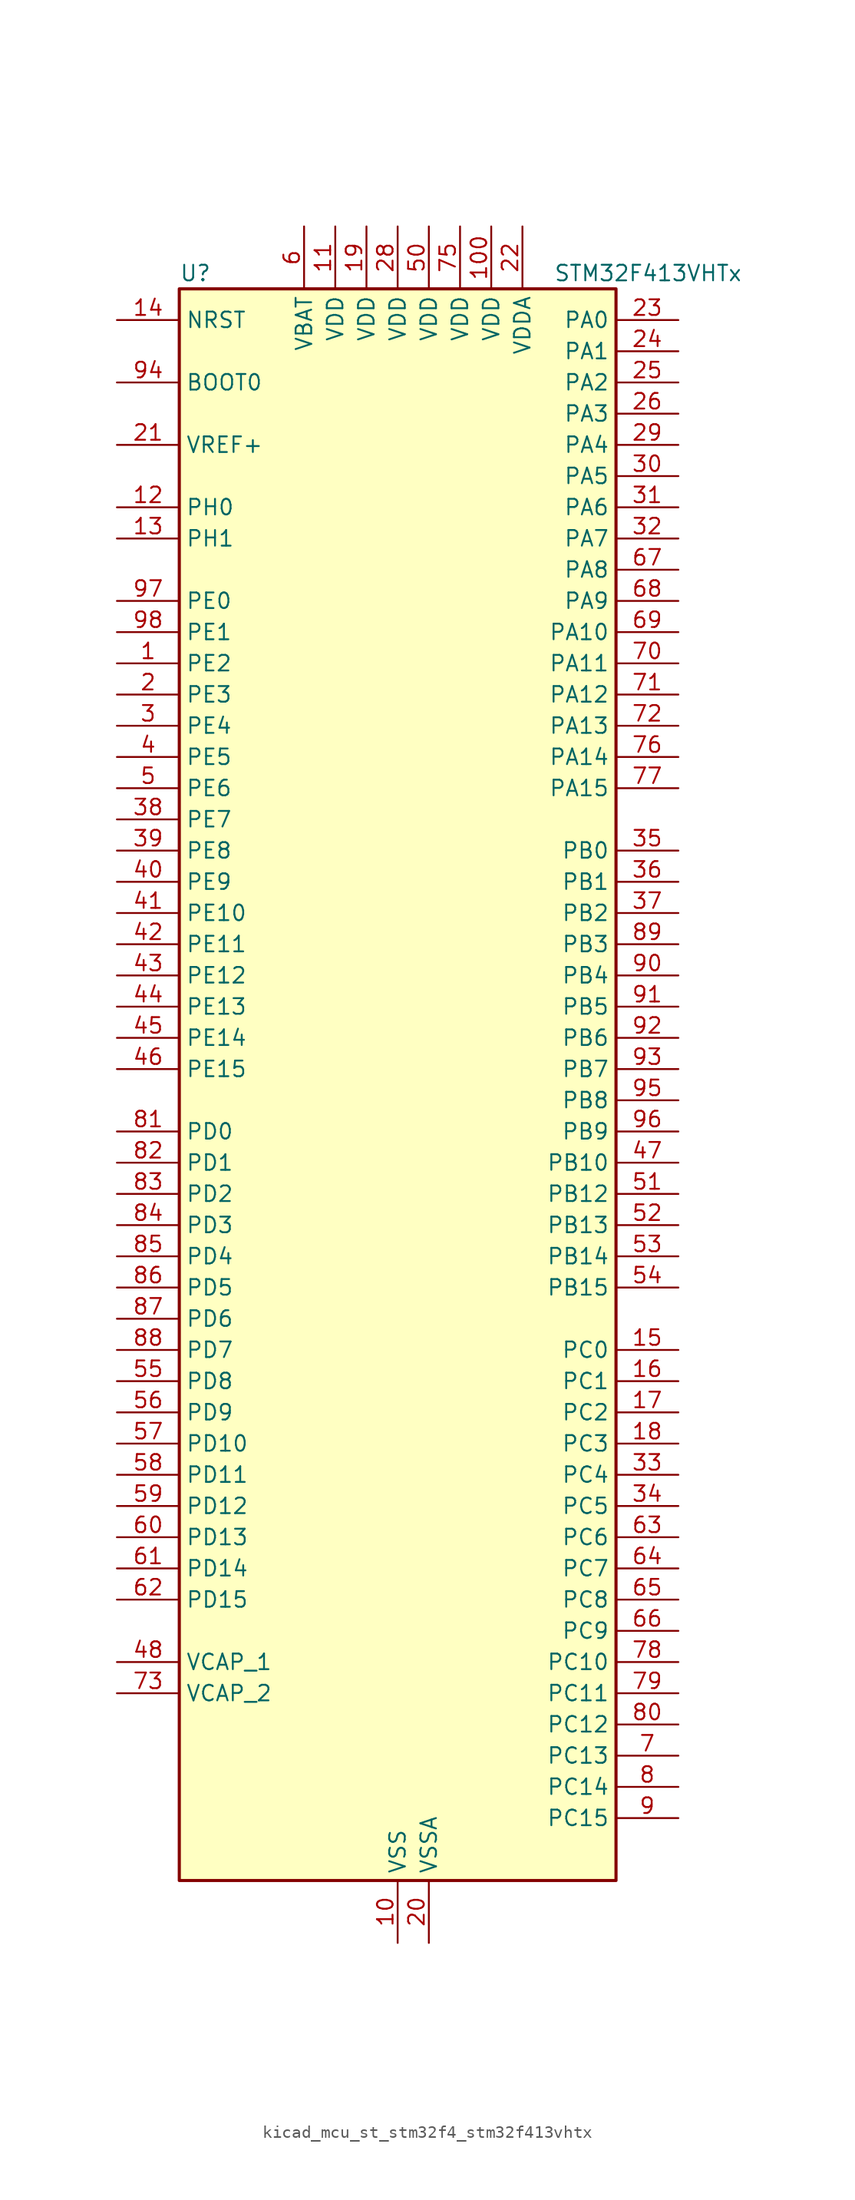
<source format=kicad_sym>
(kicad_symbol_lib
  (version 20220914)
  (generator kicad_symbol_editor)
  (symbol "kicad_mcu_st_stm32f4_stm32f413vhtx"
    (property "Reference" "U"
      (at -17.78 67.31 0)
      (effects (font (size 1.27 1.27)) (justify left)))
    (property "Value" "STM32F413VHTx"
      (at 12.7 67.31 0)
      (effects (font (size 1.27 1.27)) (justify left)))
    (property "ki_locked" ""
      (at 0 0 0)
      (effects (font (size 1.27 1.27))))
    (symbol "kicad_mcu_st_stm32f4_stm32f413vhtx_0_1"
      (rectangle (start -17.78 -63.5) (end 17.78 66.04) (stroke (width 0.254) (type default)) (fill (type background))))
    (symbol "kicad_mcu_st_stm32f4_stm32f413vhtx_1_1"
      (pin bidirectional line (at -22.86 35.56 0) (length 5.08) (name "PE2" (effects (font (size 1.27 1.27)))) (number "1" (effects (font (size 1.27 1.27)))) (alternate "FSMC_A23" bidirectional line) (alternate "I2S4_CK" bidirectional line) (alternate "I2S5_CK" bidirectional line) (alternate "QUADSPI_BK1_IO2" bidirectional line) (alternate "SAI1_MCLK_A" bidirectional line) (alternate "SPI4_SCK" bidirectional line) (alternate "SPI5_SCK" bidirectional line) (alternate "SYS_TRACECLK" bidirectional line) (alternate "UART10_RX" bidirectional line))
      (pin power_in line (at 0 -68.58 90) (length 5.08) (name "VSS" (effects (font (size 1.27 1.27)))) (number "10" (effects (font (size 1.27 1.27)))))
      (pin power_in line (at 7.62 71.12 270) (length 5.08) (name "VDD" (effects (font (size 1.27 1.27)))) (number "100" (effects (font (size 1.27 1.27)))))
      (pin power_in line (at -5.08 71.12 270) (length 5.08) (name "VDD" (effects (font (size 1.27 1.27)))) (number "11" (effects (font (size 1.27 1.27)))))
      (pin bidirectional line (at -22.86 48.26 0) (length 5.08) (name "PH0" (effects (font (size 1.27 1.27)))) (number "12" (effects (font (size 1.27 1.27)))) (alternate "RCC_OSC_IN" bidirectional line))
      (pin bidirectional line (at -22.86 45.72 0) (length 5.08) (name "PH1" (effects (font (size 1.27 1.27)))) (number "13" (effects (font (size 1.27 1.27)))) (alternate "RCC_OSC_OUT" bidirectional line))
      (pin input line (at -22.86 63.5 0) (length 5.08) (name "NRST" (effects (font (size 1.27 1.27)))) (number "14" (effects (font (size 1.27 1.27)))))
      (pin bidirectional line (at 22.86 -20.32 180) (length 5.08) (name "PC0" (effects (font (size 1.27 1.27)))) (number "15" (effects (font (size 1.27 1.27)))) (alternate "ADC1_IN10" bidirectional line) (alternate "DFSDM2_CKIN4" bidirectional line) (alternate "LPTIM1_IN1" bidirectional line) (alternate "SAI1_MCLK_B" bidirectional line) (alternate "SYS_WKUP2" bidirectional line))
      (pin bidirectional line (at 22.86 -22.86 180) (length 5.08) (name "PC1" (effects (font (size 1.27 1.27)))) (number "16" (effects (font (size 1.27 1.27)))) (alternate "ADC1_IN11" bidirectional line) (alternate "DFSDM2_DATIN4" bidirectional line) (alternate "LPTIM1_OUT" bidirectional line) (alternate "SAI1_SD_B" bidirectional line) (alternate "SYS_WKUP3" bidirectional line))
      (pin bidirectional line (at 22.86 -25.4 180) (length 5.08) (name "PC2" (effects (font (size 1.27 1.27)))) (number "17" (effects (font (size 1.27 1.27)))) (alternate "ADC1_IN12" bidirectional line) (alternate "DFSDM1_CKOUT" bidirectional line) (alternate "DFSDM2_DATIN7" bidirectional line) (alternate "FSMC_NWE" bidirectional line) (alternate "I2S2_ext_SD" bidirectional line) (alternate "LPTIM1_IN2" bidirectional line) (alternate "SAI1_SCK_B" bidirectional line) (alternate "SPI2_MISO" bidirectional line))
      (pin bidirectional line (at 22.86 -27.94 180) (length 5.08) (name "PC3" (effects (font (size 1.27 1.27)))) (number "18" (effects (font (size 1.27 1.27)))) (alternate "ADC1_IN13" bidirectional line) (alternate "DFSDM2_CKIN7" bidirectional line) (alternate "FSMC_A0" bidirectional line) (alternate "I2S2_SD" bidirectional line) (alternate "LPTIM1_ETR" bidirectional line) (alternate "SAI1_FS_B" bidirectional line) (alternate "SPI2_MOSI" bidirectional line))
      (pin power_in line (at -2.54 71.12 270) (length 5.08) (name "VDD" (effects (font (size 1.27 1.27)))) (number "19" (effects (font (size 1.27 1.27)))))
      (pin bidirectional line (at -22.86 33.02 0) (length 5.08) (name "PE3" (effects (font (size 1.27 1.27)))) (number "2" (effects (font (size 1.27 1.27)))) (alternate "FSMC_A19" bidirectional line) (alternate "SAI1_SD_B" bidirectional line) (alternate "SYS_TRACED0" bidirectional line) (alternate "UART10_TX" bidirectional line))
      (pin power_in line (at 2.54 -68.58 90) (length 5.08) (name "VSSA" (effects (font (size 1.27 1.27)))) (number "20" (effects (font (size 1.27 1.27)))))
      (pin input line (at -22.86 53.34 0) (length 5.08) (name "VREF+" (effects (font (size 1.27 1.27)))) (number "21" (effects (font (size 1.27 1.27)))))
      (pin power_in line (at 10.16 71.12 270) (length 5.08) (name "VDDA" (effects (font (size 1.27 1.27)))) (number "22" (effects (font (size 1.27 1.27)))))
      (pin bidirectional line (at 22.86 63.5 180) (length 5.08) (name "PA0" (effects (font (size 1.27 1.27)))) (number "23" (effects (font (size 1.27 1.27)))) (alternate "ADC1_IN0" bidirectional line) (alternate "SYS_WKUP1" bidirectional line) (alternate "TIM2_CH1" bidirectional line) (alternate "TIM2_ETR" bidirectional line) (alternate "TIM5_CH1" bidirectional line) (alternate "TIM8_ETR" bidirectional line) (alternate "UART4_TX" bidirectional line) (alternate "USART2_CTS" bidirectional line))
      (pin bidirectional line (at 22.86 60.96 180) (length 5.08) (name "PA1" (effects (font (size 1.27 1.27)))) (number "24" (effects (font (size 1.27 1.27)))) (alternate "ADC1_IN1" bidirectional line) (alternate "I2S4_SD" bidirectional line) (alternate "QUADSPI_BK1_IO3" bidirectional line) (alternate "SPI4_MOSI" bidirectional line) (alternate "TIM2_CH2" bidirectional line) (alternate "TIM5_CH2" bidirectional line) (alternate "UART4_RX" bidirectional line) (alternate "USART2_RTS" bidirectional line))
      (pin bidirectional line (at 22.86 58.42 180) (length 5.08) (name "PA2" (effects (font (size 1.27 1.27)))) (number "25" (effects (font (size 1.27 1.27)))) (alternate "ADC1_IN2" bidirectional line) (alternate "FSMC_D4" bidirectional line) (alternate "FSMC_DA4" bidirectional line) (alternate "I2S_CKIN" bidirectional line) (alternate "TIM2_CH3" bidirectional line) (alternate "TIM5_CH3" bidirectional line) (alternate "TIM9_CH1" bidirectional line) (alternate "USART2_TX" bidirectional line))
      (pin bidirectional line (at 22.86 55.88 180) (length 5.08) (name "PA3" (effects (font (size 1.27 1.27)))) (number "26" (effects (font (size 1.27 1.27)))) (alternate "ADC1_IN3" bidirectional line) (alternate "FSMC_D5" bidirectional line) (alternate "FSMC_DA5" bidirectional line) (alternate "I2S2_MCK" bidirectional line) (alternate "SAI1_SD_B" bidirectional line) (alternate "TIM2_CH4" bidirectional line) (alternate "TIM5_CH4" bidirectional line) (alternate "TIM9_CH2" bidirectional line) (alternate "USART2_RX" bidirectional line))
      (pin passive line (at 0 -68.58 90) (length 5.08) hide (name "VSS" (effects (font (size 1.27 1.27)))) (number "27" (effects (font (size 1.27 1.27)))))
      (pin power_in line (at 0 71.12 270) (length 5.08) (name "VDD" (effects (font (size 1.27 1.27)))) (number "28" (effects (font (size 1.27 1.27)))))
      (pin bidirectional line (at 22.86 53.34 180) (length 5.08) (name "PA4" (effects (font (size 1.27 1.27)))) (number "29" (effects (font (size 1.27 1.27)))) (alternate "ADC1_IN4" bidirectional line) (alternate "DAC_OUT1" bidirectional line) (alternate "DFSDM1_DATIN1" bidirectional line) (alternate "FSMC_D6" bidirectional line) (alternate "FSMC_DA6" bidirectional line) (alternate "I2S1_WS" bidirectional line) (alternate "I2S3_WS" bidirectional line) (alternate "SPI1_NSS" bidirectional line) (alternate "SPI3_NSS" bidirectional line) (alternate "USART2_CK" bidirectional line))
      (pin bidirectional line (at -22.86 30.48 0) (length 5.08) (name "PE4" (effects (font (size 1.27 1.27)))) (number "3" (effects (font (size 1.27 1.27)))) (alternate "DFSDM1_DATIN3" bidirectional line) (alternate "FSMC_A20" bidirectional line) (alternate "I2S4_WS" bidirectional line) (alternate "I2S5_WS" bidirectional line) (alternate "SAI1_SD_A" bidirectional line) (alternate "SPI4_NSS" bidirectional line) (alternate "SPI5_NSS" bidirectional line) (alternate "SYS_TRACED1" bidirectional line))
      (pin bidirectional line (at 22.86 50.8 180) (length 5.08) (name "PA5" (effects (font (size 1.27 1.27)))) (number "30" (effects (font (size 1.27 1.27)))) (alternate "ADC1_IN5" bidirectional line) (alternate "DAC_OUT2" bidirectional line) (alternate "DFSDM1_CKIN1" bidirectional line) (alternate "FSMC_D7" bidirectional line) (alternate "FSMC_DA7" bidirectional line) (alternate "I2S1_CK" bidirectional line) (alternate "SPI1_SCK" bidirectional line) (alternate "TIM2_CH1" bidirectional line) (alternate "TIM2_ETR" bidirectional line) (alternate "TIM8_CH1N" bidirectional line))
      (pin bidirectional line (at 22.86 48.26 180) (length 5.08) (name "PA6" (effects (font (size 1.27 1.27)))) (number "31" (effects (font (size 1.27 1.27)))) (alternate "ADC1_IN6" bidirectional line) (alternate "DFSDM2_CKIN1" bidirectional line) (alternate "I2S2_MCK" bidirectional line) (alternate "QUADSPI_BK2_IO0" bidirectional line) (alternate "SDIO_CMD" bidirectional line) (alternate "SPI1_MISO" bidirectional line) (alternate "TIM13_CH1" bidirectional line) (alternate "TIM1_BKIN" bidirectional line) (alternate "TIM3_CH1" bidirectional line) (alternate "TIM8_BKIN" bidirectional line))
      (pin bidirectional line (at 22.86 45.72 180) (length 5.08) (name "PA7" (effects (font (size 1.27 1.27)))) (number "32" (effects (font (size 1.27 1.27)))) (alternate "ADC1_IN7" bidirectional line) (alternate "DFSDM2_DATIN1" bidirectional line) (alternate "I2S1_SD" bidirectional line) (alternate "QUADSPI_BK2_IO1" bidirectional line) (alternate "SPI1_MOSI" bidirectional line) (alternate "TIM14_CH1" bidirectional line) (alternate "TIM1_CH1N" bidirectional line) (alternate "TIM3_CH2" bidirectional line) (alternate "TIM8_CH1N" bidirectional line))
      (pin bidirectional line (at 22.86 -30.48 180) (length 5.08) (name "PC4" (effects (font (size 1.27 1.27)))) (number "33" (effects (font (size 1.27 1.27)))) (alternate "ADC1_IN14" bidirectional line) (alternate "DFSDM2_CKIN2" bidirectional line) (alternate "FSMC_NE4" bidirectional line) (alternate "I2S1_MCK" bidirectional line) (alternate "QUADSPI_BK2_IO2" bidirectional line))
      (pin bidirectional line (at 22.86 -33.02 180) (length 5.08) (name "PC5" (effects (font (size 1.27 1.27)))) (number "34" (effects (font (size 1.27 1.27)))) (alternate "ADC1_IN15" bidirectional line) (alternate "DFSDM2_DATIN2" bidirectional line) (alternate "FMPI2C1_SMBA" bidirectional line) (alternate "FSMC_NOE" bidirectional line) (alternate "QUADSPI_BK2_IO3" bidirectional line) (alternate "USART3_RX" bidirectional line))
      (pin bidirectional line (at 22.86 20.32 180) (length 5.08) (name "PB0" (effects (font (size 1.27 1.27)))) (number "35" (effects (font (size 1.27 1.27)))) (alternate "ADC1_IN8" bidirectional line) (alternate "I2S5_CK" bidirectional line) (alternate "SPI5_SCK" bidirectional line) (alternate "TIM1_CH2N" bidirectional line) (alternate "TIM3_CH3" bidirectional line) (alternate "TIM8_CH2N" bidirectional line))
      (pin bidirectional line (at 22.86 17.78 180) (length 5.08) (name "PB1" (effects (font (size 1.27 1.27)))) (number "36" (effects (font (size 1.27 1.27)))) (alternate "ADC1_IN9" bidirectional line) (alternate "DFSDM1_DATIN0" bidirectional line) (alternate "I2S5_WS" bidirectional line) (alternate "QUADSPI_CLK" bidirectional line) (alternate "SPI5_NSS" bidirectional line) (alternate "TIM1_CH3N" bidirectional line) (alternate "TIM3_CH4" bidirectional line) (alternate "TIM8_CH3N" bidirectional line))
      (pin bidirectional line (at 22.86 15.24 180) (length 5.08) (name "PB2" (effects (font (size 1.27 1.27)))) (number "37" (effects (font (size 1.27 1.27)))) (alternate "DFSDM1_CKIN0" bidirectional line) (alternate "LPTIM1_OUT" bidirectional line) (alternate "QUADSPI_CLK" bidirectional line))
      (pin bidirectional line (at -22.86 22.86 0) (length 5.08) (name "PE7" (effects (font (size 1.27 1.27)))) (number "38" (effects (font (size 1.27 1.27)))) (alternate "DFSDM1_DATIN2" bidirectional line) (alternate "FSMC_D4" bidirectional line) (alternate "FSMC_DA4" bidirectional line) (alternate "QUADSPI_BK2_IO0" bidirectional line) (alternate "TIM1_ETR" bidirectional line) (alternate "UART7_RX" bidirectional line))
      (pin bidirectional line (at -22.86 20.32 0) (length 5.08) (name "PE8" (effects (font (size 1.27 1.27)))) (number "39" (effects (font (size 1.27 1.27)))) (alternate "DFSDM1_CKIN2" bidirectional line) (alternate "FSMC_D5" bidirectional line) (alternate "FSMC_DA5" bidirectional line) (alternate "QUADSPI_BK2_IO1" bidirectional line) (alternate "TIM1_CH1N" bidirectional line) (alternate "UART7_TX" bidirectional line))
      (pin bidirectional line (at -22.86 27.94 0) (length 5.08) (name "PE5" (effects (font (size 1.27 1.27)))) (number "4" (effects (font (size 1.27 1.27)))) (alternate "DFSDM1_CKIN3" bidirectional line) (alternate "FSMC_A21" bidirectional line) (alternate "SAI1_SCK_A" bidirectional line) (alternate "SPI4_MISO" bidirectional line) (alternate "SPI5_MISO" bidirectional line) (alternate "SYS_TRACED2" bidirectional line) (alternate "TIM9_CH1" bidirectional line))
      (pin bidirectional line (at -22.86 17.78 0) (length 5.08) (name "PE9" (effects (font (size 1.27 1.27)))) (number "40" (effects (font (size 1.27 1.27)))) (alternate "DAC_EXTI9" bidirectional line) (alternate "DFSDM1_CKOUT" bidirectional line) (alternate "FSMC_D6" bidirectional line) (alternate "FSMC_DA6" bidirectional line) (alternate "QUADSPI_BK2_IO2" bidirectional line) (alternate "TIM1_CH1" bidirectional line))
      (pin bidirectional line (at -22.86 15.24 0) (length 5.08) (name "PE10" (effects (font (size 1.27 1.27)))) (number "41" (effects (font (size 1.27 1.27)))) (alternate "DFSDM2_DATIN0" bidirectional line) (alternate "FSMC_D7" bidirectional line) (alternate "FSMC_DA7" bidirectional line) (alternate "QUADSPI_BK2_IO3" bidirectional line) (alternate "TIM1_CH2N" bidirectional line))
      (pin bidirectional line (at -22.86 12.7 0) (length 5.08) (name "PE11" (effects (font (size 1.27 1.27)))) (number "42" (effects (font (size 1.27 1.27)))) (alternate "ADC1_EXTI11" bidirectional line) (alternate "DFSDM2_CKIN0" bidirectional line) (alternate "FSMC_D8" bidirectional line) (alternate "FSMC_DA8" bidirectional line) (alternate "I2S4_WS" bidirectional line) (alternate "I2S5_WS" bidirectional line) (alternate "SPI4_NSS" bidirectional line) (alternate "SPI5_NSS" bidirectional line) (alternate "TIM1_CH2" bidirectional line))
      (pin bidirectional line (at -22.86 10.16 0) (length 5.08) (name "PE12" (effects (font (size 1.27 1.27)))) (number "43" (effects (font (size 1.27 1.27)))) (alternate "DFSDM2_DATIN7" bidirectional line) (alternate "FSMC_D9" bidirectional line) (alternate "FSMC_DA9" bidirectional line) (alternate "I2S4_CK" bidirectional line) (alternate "I2S5_CK" bidirectional line) (alternate "SPI4_SCK" bidirectional line) (alternate "SPI5_SCK" bidirectional line) (alternate "TIM1_CH3N" bidirectional line))
      (pin bidirectional line (at -22.86 7.62 0) (length 5.08) (name "PE13" (effects (font (size 1.27 1.27)))) (number "44" (effects (font (size 1.27 1.27)))) (alternate "DFSDM2_CKIN7" bidirectional line) (alternate "FSMC_D10" bidirectional line) (alternate "FSMC_DA10" bidirectional line) (alternate "SPI4_MISO" bidirectional line) (alternate "SPI5_MISO" bidirectional line) (alternate "TIM1_CH3" bidirectional line))
      (pin bidirectional line (at -22.86 5.08 0) (length 5.08) (name "PE14" (effects (font (size 1.27 1.27)))) (number "45" (effects (font (size 1.27 1.27)))) (alternate "DFSDM2_DATIN1" bidirectional line) (alternate "FSMC_D11" bidirectional line) (alternate "FSMC_DA11" bidirectional line) (alternate "I2S4_SD" bidirectional line) (alternate "I2S5_SD" bidirectional line) (alternate "SPI4_MOSI" bidirectional line) (alternate "SPI5_MOSI" bidirectional line) (alternate "TIM1_CH4" bidirectional line))
      (pin bidirectional line (at -22.86 2.54 0) (length 5.08) (name "PE15" (effects (font (size 1.27 1.27)))) (number "46" (effects (font (size 1.27 1.27)))) (alternate "ADC1_EXTI15" bidirectional line) (alternate "DFSDM2_CKIN1" bidirectional line) (alternate "FSMC_D12" bidirectional line) (alternate "FSMC_DA12" bidirectional line) (alternate "TIM1_BKIN" bidirectional line))
      (pin bidirectional line (at 22.86 -5.08 180) (length 5.08) (name "PB10" (effects (font (size 1.27 1.27)))) (number "47" (effects (font (size 1.27 1.27)))) (alternate "DFSDM2_CKOUT" bidirectional line) (alternate "FMPI2C1_SCL" bidirectional line) (alternate "I2C2_SCL" bidirectional line) (alternate "I2S2_CK" bidirectional line) (alternate "I2S3_MCK" bidirectional line) (alternate "SDIO_D7" bidirectional line) (alternate "SPI2_SCK" bidirectional line) (alternate "TIM2_CH3" bidirectional line) (alternate "USART3_TX" bidirectional line))
      (pin power_out line (at -22.86 -45.72 0) (length 5.08) (name "VCAP_1" (effects (font (size 1.27 1.27)))) (number "48" (effects (font (size 1.27 1.27)))))
      (pin passive line (at 0 -68.58 90) (length 5.08) hide (name "VSS" (effects (font (size 1.27 1.27)))) (number "49" (effects (font (size 1.27 1.27)))))
      (pin bidirectional line (at -22.86 25.4 0) (length 5.08) (name "PE6" (effects (font (size 1.27 1.27)))) (number "5" (effects (font (size 1.27 1.27)))) (alternate "FSMC_A22" bidirectional line) (alternate "I2S4_SD" bidirectional line) (alternate "I2S5_SD" bidirectional line) (alternate "SAI1_FS_A" bidirectional line) (alternate "SPI4_MOSI" bidirectional line) (alternate "SPI5_MOSI" bidirectional line) (alternate "SYS_TRACED3" bidirectional line) (alternate "TIM9_CH2" bidirectional line))
      (pin power_in line (at 2.54 71.12 270) (length 5.08) (name "VDD" (effects (font (size 1.27 1.27)))) (number "50" (effects (font (size 1.27 1.27)))))
      (pin bidirectional line (at 22.86 -7.62 180) (length 5.08) (name "PB12" (effects (font (size 1.27 1.27)))) (number "51" (effects (font (size 1.27 1.27)))) (alternate "CAN2_RX" bidirectional line) (alternate "DFSDM1_DATIN1" bidirectional line) (alternate "FSMC_D13" bidirectional line) (alternate "FSMC_DA13" bidirectional line) (alternate "I2C2_SMBA" bidirectional line) (alternate "I2S2_WS" bidirectional line) (alternate "I2S3_CK" bidirectional line) (alternate "I2S4_WS" bidirectional line) (alternate "SPI2_NSS" bidirectional line) (alternate "SPI3_SCK" bidirectional line) (alternate "SPI4_NSS" bidirectional line) (alternate "TIM1_BKIN" bidirectional line) (alternate "UART5_RX" bidirectional line) (alternate "USART3_CK" bidirectional line))
      (pin bidirectional line (at 22.86 -10.16 180) (length 5.08) (name "PB13" (effects (font (size 1.27 1.27)))) (number "52" (effects (font (size 1.27 1.27)))) (alternate "CAN2_TX" bidirectional line) (alternate "DFSDM1_CKIN1" bidirectional line) (alternate "FMPI2C1_SMBA" bidirectional line) (alternate "I2S2_CK" bidirectional line) (alternate "I2S4_CK" bidirectional line) (alternate "SPI2_SCK" bidirectional line) (alternate "SPI4_SCK" bidirectional line) (alternate "TIM1_CH1N" bidirectional line) (alternate "UART5_TX" bidirectional line) (alternate "USART3_CTS" bidirectional line))
      (pin bidirectional line (at 22.86 -12.7 180) (length 5.08) (name "PB14" (effects (font (size 1.27 1.27)))) (number "53" (effects (font (size 1.27 1.27)))) (alternate "DFSDM1_DATIN2" bidirectional line) (alternate "FMPI2C1_SDA" bidirectional line) (alternate "FSMC_D0" bidirectional line) (alternate "FSMC_DA0" bidirectional line) (alternate "I2S2_ext_SD" bidirectional line) (alternate "SDIO_D6" bidirectional line) (alternate "SPI2_MISO" bidirectional line) (alternate "TIM12_CH1" bidirectional line) (alternate "TIM1_CH2N" bidirectional line) (alternate "TIM8_CH2N" bidirectional line) (alternate "USART3_RTS" bidirectional line))
      (pin bidirectional line (at 22.86 -15.24 180) (length 5.08) (name "PB15" (effects (font (size 1.27 1.27)))) (number "54" (effects (font (size 1.27 1.27)))) (alternate "ADC1_EXTI15" bidirectional line) (alternate "DFSDM1_CKIN2" bidirectional line) (alternate "FMPI2C1_SCL" bidirectional line) (alternate "I2S2_SD" bidirectional line) (alternate "RTC_REFIN" bidirectional line) (alternate "SDIO_CK" bidirectional line) (alternate "SPI2_MOSI" bidirectional line) (alternate "TIM12_CH2" bidirectional line) (alternate "TIM1_CH3N" bidirectional line) (alternate "TIM8_CH3N" bidirectional line))
      (pin bidirectional line (at -22.86 -22.86 0) (length 5.08) (name "PD8" (effects (font (size 1.27 1.27)))) (number "55" (effects (font (size 1.27 1.27)))) (alternate "FSMC_D13" bidirectional line) (alternate "FSMC_DA13" bidirectional line) (alternate "USART3_TX" bidirectional line))
      (pin bidirectional line (at -22.86 -25.4 0) (length 5.08) (name "PD9" (effects (font (size 1.27 1.27)))) (number "56" (effects (font (size 1.27 1.27)))) (alternate "DAC_EXTI9" bidirectional line) (alternate "FSMC_D14" bidirectional line) (alternate "FSMC_DA14" bidirectional line) (alternate "USART3_RX" bidirectional line))
      (pin bidirectional line (at -22.86 -27.94 0) (length 5.08) (name "PD10" (effects (font (size 1.27 1.27)))) (number "57" (effects (font (size 1.27 1.27)))) (alternate "FSMC_D15" bidirectional line) (alternate "FSMC_DA15" bidirectional line) (alternate "UART4_TX" bidirectional line) (alternate "USART3_CK" bidirectional line))
      (pin bidirectional line (at -22.86 -30.48 0) (length 5.08) (name "PD11" (effects (font (size 1.27 1.27)))) (number "58" (effects (font (size 1.27 1.27)))) (alternate "ADC1_EXTI11" bidirectional line) (alternate "DFSDM2_DATIN2" bidirectional line) (alternate "FMPI2C1_SMBA" bidirectional line) (alternate "FSMC_A16" bidirectional line) (alternate "QUADSPI_BK1_IO0" bidirectional line) (alternate "USART3_CTS" bidirectional line))
      (pin bidirectional line (at -22.86 -33.02 0) (length 5.08) (name "PD12" (effects (font (size 1.27 1.27)))) (number "59" (effects (font (size 1.27 1.27)))) (alternate "DFSDM2_CKIN2" bidirectional line) (alternate "FMPI2C1_SCL" bidirectional line) (alternate "FSMC_A17" bidirectional line) (alternate "QUADSPI_BK1_IO1" bidirectional line) (alternate "TIM4_CH1" bidirectional line) (alternate "USART3_RTS" bidirectional line))
      (pin power_in line (at -7.62 71.12 270) (length 5.08) (name "VBAT" (effects (font (size 1.27 1.27)))) (number "6" (effects (font (size 1.27 1.27)))))
      (pin bidirectional line (at -22.86 -35.56 0) (length 5.08) (name "PD13" (effects (font (size 1.27 1.27)))) (number "60" (effects (font (size 1.27 1.27)))) (alternate "FMPI2C1_SDA" bidirectional line) (alternate "FSMC_A18" bidirectional line) (alternate "QUADSPI_BK1_IO3" bidirectional line) (alternate "TIM4_CH2" bidirectional line))
      (pin bidirectional line (at -22.86 -38.1 0) (length 5.08) (name "PD14" (effects (font (size 1.27 1.27)))) (number "61" (effects (font (size 1.27 1.27)))) (alternate "DFSDM2_CKIN0" bidirectional line) (alternate "FMPI2C1_SCL" bidirectional line) (alternate "FSMC_D0" bidirectional line) (alternate "FSMC_DA0" bidirectional line) (alternate "TIM4_CH3" bidirectional line) (alternate "UART9_RX" bidirectional line))
      (pin bidirectional line (at -22.86 -40.64 0) (length 5.08) (name "PD15" (effects (font (size 1.27 1.27)))) (number "62" (effects (font (size 1.27 1.27)))) (alternate "ADC1_EXTI15" bidirectional line) (alternate "DFSDM2_DATIN0" bidirectional line) (alternate "FMPI2C1_SDA" bidirectional line) (alternate "FSMC_D1" bidirectional line) (alternate "FSMC_DA1" bidirectional line) (alternate "TIM4_CH4" bidirectional line) (alternate "UART9_TX" bidirectional line))
      (pin bidirectional line (at 22.86 -35.56 180) (length 5.08) (name "PC6" (effects (font (size 1.27 1.27)))) (number "63" (effects (font (size 1.27 1.27)))) (alternate "DFSDM1_CKIN3" bidirectional line) (alternate "DFSDM2_DATIN6" bidirectional line) (alternate "FMPI2C1_SCL" bidirectional line) (alternate "FSMC_D1" bidirectional line) (alternate "FSMC_DA1" bidirectional line) (alternate "I2S2_MCK" bidirectional line) (alternate "SDIO_D6" bidirectional line) (alternate "TIM3_CH1" bidirectional line) (alternate "TIM8_CH1" bidirectional line) (alternate "USART6_TX" bidirectional line))
      (pin bidirectional line (at 22.86 -38.1 180) (length 5.08) (name "PC7" (effects (font (size 1.27 1.27)))) (number "64" (effects (font (size 1.27 1.27)))) (alternate "DFSDM1_DATIN3" bidirectional line) (alternate "DFSDM2_CKIN6" bidirectional line) (alternate "FMPI2C1_SDA" bidirectional line) (alternate "I2S2_CK" bidirectional line) (alternate "I2S3_MCK" bidirectional line) (alternate "SDIO_D7" bidirectional line) (alternate "SPI2_SCK" bidirectional line) (alternate "TIM3_CH2" bidirectional line) (alternate "TIM8_CH2" bidirectional line) (alternate "USART6_RX" bidirectional line))
      (pin bidirectional line (at 22.86 -40.64 180) (length 5.08) (name "PC8" (effects (font (size 1.27 1.27)))) (number "65" (effects (font (size 1.27 1.27)))) (alternate "DFSDM2_CKIN3" bidirectional line) (alternate "QUADSPI_BK1_IO2" bidirectional line) (alternate "SDIO_D0" bidirectional line) (alternate "TIM3_CH3" bidirectional line) (alternate "TIM8_CH3" bidirectional line) (alternate "USART6_CK" bidirectional line))
      (pin bidirectional line (at 22.86 -43.18 180) (length 5.08) (name "PC9" (effects (font (size 1.27 1.27)))) (number "66" (effects (font (size 1.27 1.27)))) (alternate "DAC_EXTI9" bidirectional line) (alternate "DFSDM2_DATIN3" bidirectional line) (alternate "I2C3_SDA" bidirectional line) (alternate "I2S_CKIN" bidirectional line) (alternate "QUADSPI_BK1_IO0" bidirectional line) (alternate "RCC_MCO_2" bidirectional line) (alternate "SDIO_D1" bidirectional line) (alternate "TIM3_CH4" bidirectional line) (alternate "TIM8_CH4" bidirectional line))
      (pin bidirectional line (at 22.86 43.18 180) (length 5.08) (name "PA8" (effects (font (size 1.27 1.27)))) (number "67" (effects (font (size 1.27 1.27)))) (alternate "CAN3_RX" bidirectional line) (alternate "DFSDM1_CKOUT" bidirectional line) (alternate "I2C3_SCL" bidirectional line) (alternate "RCC_MCO_1" bidirectional line) (alternate "SDIO_D1" bidirectional line) (alternate "TIM1_CH1" bidirectional line) (alternate "UART7_RX" bidirectional line) (alternate "USART1_CK" bidirectional line) (alternate "USB_OTG_FS_SOF" bidirectional line))
      (pin bidirectional line (at 22.86 40.64 180) (length 5.08) (name "PA9" (effects (font (size 1.27 1.27)))) (number "68" (effects (font (size 1.27 1.27)))) (alternate "DAC_EXTI9" bidirectional line) (alternate "DFSDM2_CKIN3" bidirectional line) (alternate "I2C3_SMBA" bidirectional line) (alternate "I2S2_CK" bidirectional line) (alternate "SDIO_D2" bidirectional line) (alternate "SPI2_SCK" bidirectional line) (alternate "TIM1_CH2" bidirectional line) (alternate "USART1_TX" bidirectional line) (alternate "USB_OTG_FS_VBUS" bidirectional line))
      (pin bidirectional line (at 22.86 38.1 180) (length 5.08) (name "PA10" (effects (font (size 1.27 1.27)))) (number "69" (effects (font (size 1.27 1.27)))) (alternate "DFSDM2_DATIN3" bidirectional line) (alternate "I2S2_SD" bidirectional line) (alternate "I2S5_SD" bidirectional line) (alternate "SPI2_MOSI" bidirectional line) (alternate "SPI5_MOSI" bidirectional line) (alternate "TIM1_CH3" bidirectional line) (alternate "USART1_RX" bidirectional line) (alternate "USB_OTG_FS_ID" bidirectional line))
      (pin bidirectional line (at 22.86 -53.34 180) (length 5.08) (name "PC13" (effects (font (size 1.27 1.27)))) (number "7" (effects (font (size 1.27 1.27)))) (alternate "RTC_AF1" bidirectional line))
      (pin bidirectional line (at 22.86 35.56 180) (length 5.08) (name "PA11" (effects (font (size 1.27 1.27)))) (number "70" (effects (font (size 1.27 1.27)))) (alternate "ADC1_EXTI11" bidirectional line) (alternate "CAN1_RX" bidirectional line) (alternate "DFSDM2_CKIN5" bidirectional line) (alternate "I2S2_WS" bidirectional line) (alternate "SPI2_NSS" bidirectional line) (alternate "SPI4_MISO" bidirectional line) (alternate "TIM1_CH4" bidirectional line) (alternate "UART4_RX" bidirectional line) (alternate "USART1_CTS" bidirectional line) (alternate "USART6_TX" bidirectional line) (alternate "USB_OTG_FS_DM" bidirectional line))
      (pin bidirectional line (at 22.86 33.02 180) (length 5.08) (name "PA12" (effects (font (size 1.27 1.27)))) (number "71" (effects (font (size 1.27 1.27)))) (alternate "CAN1_TX" bidirectional line) (alternate "DFSDM2_DATIN5" bidirectional line) (alternate "SPI2_MISO" bidirectional line) (alternate "SPI5_MISO" bidirectional line) (alternate "TIM1_ETR" bidirectional line) (alternate "UART4_TX" bidirectional line) (alternate "USART1_RTS" bidirectional line) (alternate "USART6_RX" bidirectional line) (alternate "USB_OTG_FS_DP" bidirectional line))
      (pin bidirectional line (at 22.86 30.48 180) (length 5.08) (name "PA13" (effects (font (size 1.27 1.27)))) (number "72" (effects (font (size 1.27 1.27)))) (alternate "SYS_JTMS-SWDIO" bidirectional line))
      (pin power_out line (at -22.86 -48.26 0) (length 5.08) (name "VCAP_2" (effects (font (size 1.27 1.27)))) (number "73" (effects (font (size 1.27 1.27)))))
      (pin passive line (at 0 -68.58 90) (length 5.08) hide (name "VSS" (effects (font (size 1.27 1.27)))) (number "74" (effects (font (size 1.27 1.27)))))
      (pin power_in line (at 5.08 71.12 270) (length 5.08) (name "VDD" (effects (font (size 1.27 1.27)))) (number "75" (effects (font (size 1.27 1.27)))))
      (pin bidirectional line (at 22.86 27.94 180) (length 5.08) (name "PA14" (effects (font (size 1.27 1.27)))) (number "76" (effects (font (size 1.27 1.27)))) (alternate "SYS_JTCK-SWCLK" bidirectional line))
      (pin bidirectional line (at 22.86 25.4 180) (length 5.08) (name "PA15" (effects (font (size 1.27 1.27)))) (number "77" (effects (font (size 1.27 1.27)))) (alternate "ADC1_EXTI15" bidirectional line) (alternate "CAN3_TX" bidirectional line) (alternate "I2S1_WS" bidirectional line) (alternate "I2S3_WS" bidirectional line) (alternate "SAI1_MCLK_A" bidirectional line) (alternate "SPI1_NSS" bidirectional line) (alternate "SPI3_NSS" bidirectional line) (alternate "SYS_JTDI" bidirectional line) (alternate "TIM2_CH1" bidirectional line) (alternate "TIM2_ETR" bidirectional line) (alternate "UART7_TX" bidirectional line) (alternate "USART1_TX" bidirectional line))
      (pin bidirectional line (at 22.86 -45.72 180) (length 5.08) (name "PC10" (effects (font (size 1.27 1.27)))) (number "78" (effects (font (size 1.27 1.27)))) (alternate "DFSDM2_CKIN5" bidirectional line) (alternate "I2S3_CK" bidirectional line) (alternate "QUADSPI_BK1_IO1" bidirectional line) (alternate "SDIO_D2" bidirectional line) (alternate "SPI3_SCK" bidirectional line) (alternate "USART3_TX" bidirectional line))
      (pin bidirectional line (at 22.86 -48.26 180) (length 5.08) (name "PC11" (effects (font (size 1.27 1.27)))) (number "79" (effects (font (size 1.27 1.27)))) (alternate "ADC1_EXTI11" bidirectional line) (alternate "DFSDM2_DATIN5" bidirectional line) (alternate "FSMC_D2" bidirectional line) (alternate "FSMC_DA2" bidirectional line) (alternate "I2S3_ext_SD" bidirectional line) (alternate "QUADSPI_BK2_NCS" bidirectional line) (alternate "SDIO_D3" bidirectional line) (alternate "SPI3_MISO" bidirectional line) (alternate "UART4_RX" bidirectional line) (alternate "USART3_RX" bidirectional line))
      (pin bidirectional line (at 22.86 -55.88 180) (length 5.08) (name "PC14" (effects (font (size 1.27 1.27)))) (number "8" (effects (font (size 1.27 1.27)))) (alternate "RCC_OSC32_IN" bidirectional line))
      (pin bidirectional line (at 22.86 -50.8 180) (length 5.08) (name "PC12" (effects (font (size 1.27 1.27)))) (number "80" (effects (font (size 1.27 1.27)))) (alternate "FSMC_D3" bidirectional line) (alternate "FSMC_DA3" bidirectional line) (alternate "I2S3_SD" bidirectional line) (alternate "SDIO_CK" bidirectional line) (alternate "SPI3_MOSI" bidirectional line) (alternate "UART5_TX" bidirectional line) (alternate "USART3_CK" bidirectional line))
      (pin bidirectional line (at -22.86 -2.54 0) (length 5.08) (name "PD0" (effects (font (size 1.27 1.27)))) (number "81" (effects (font (size 1.27 1.27)))) (alternate "CAN1_RX" bidirectional line) (alternate "DFSDM2_CKIN6" bidirectional line) (alternate "FSMC_D2" bidirectional line) (alternate "FSMC_DA2" bidirectional line) (alternate "UART4_RX" bidirectional line))
      (pin bidirectional line (at -22.86 -5.08 0) (length 5.08) (name "PD1" (effects (font (size 1.27 1.27)))) (number "82" (effects (font (size 1.27 1.27)))) (alternate "CAN1_TX" bidirectional line) (alternate "DFSDM2_DATIN6" bidirectional line) (alternate "FSMC_D3" bidirectional line) (alternate "FSMC_DA3" bidirectional line) (alternate "UART4_TX" bidirectional line))
      (pin bidirectional line (at -22.86 -7.62 0) (length 5.08) (name "PD2" (effects (font (size 1.27 1.27)))) (number "83" (effects (font (size 1.27 1.27)))) (alternate "DFSDM2_CKOUT" bidirectional line) (alternate "FSMC_NWE" bidirectional line) (alternate "SDIO_CMD" bidirectional line) (alternate "TIM3_ETR" bidirectional line) (alternate "UART5_RX" bidirectional line))
      (pin bidirectional line (at -22.86 -10.16 0) (length 5.08) (name "PD3" (effects (font (size 1.27 1.27)))) (number "84" (effects (font (size 1.27 1.27)))) (alternate "DFSDM1_DATIN0" bidirectional line) (alternate "FSMC_CLK" bidirectional line) (alternate "I2S2_CK" bidirectional line) (alternate "QUADSPI_CLK" bidirectional line) (alternate "SPI2_SCK" bidirectional line) (alternate "SYS_TRACED1" bidirectional line) (alternate "USART2_CTS" bidirectional line))
      (pin bidirectional line (at -22.86 -12.7 0) (length 5.08) (name "PD4" (effects (font (size 1.27 1.27)))) (number "85" (effects (font (size 1.27 1.27)))) (alternate "DFSDM1_CKIN0" bidirectional line) (alternate "FSMC_NOE" bidirectional line) (alternate "USART2_RTS" bidirectional line))
      (pin bidirectional line (at -22.86 -15.24 0) (length 5.08) (name "PD5" (effects (font (size 1.27 1.27)))) (number "86" (effects (font (size 1.27 1.27)))) (alternate "DFSDM2_CKOUT" bidirectional line) (alternate "FSMC_NWE" bidirectional line) (alternate "USART2_TX" bidirectional line))
      (pin bidirectional line (at -22.86 -17.78 0) (length 5.08) (name "PD6" (effects (font (size 1.27 1.27)))) (number "87" (effects (font (size 1.27 1.27)))) (alternate "DFSDM1_DATIN1" bidirectional line) (alternate "FSMC_NWAIT" bidirectional line) (alternate "I2S3_SD" bidirectional line) (alternate "SPI3_MOSI" bidirectional line) (alternate "USART2_RX" bidirectional line))
      (pin bidirectional line (at -22.86 -20.32 0) (length 5.08) (name "PD7" (effects (font (size 1.27 1.27)))) (number "88" (effects (font (size 1.27 1.27)))) (alternate "DFSDM1_CKIN1" bidirectional line) (alternate "FSMC_NE1" bidirectional line) (alternate "USART2_CK" bidirectional line))
      (pin bidirectional line (at 22.86 12.7 180) (length 5.08) (name "PB3" (effects (font (size 1.27 1.27)))) (number "89" (effects (font (size 1.27 1.27)))) (alternate "CAN3_RX" bidirectional line) (alternate "FMPI2C1_SDA" bidirectional line) (alternate "I2C2_SDA" bidirectional line) (alternate "I2S1_CK" bidirectional line) (alternate "I2S3_CK" bidirectional line) (alternate "SAI1_SD_A" bidirectional line) (alternate "SPI1_SCK" bidirectional line) (alternate "SPI3_SCK" bidirectional line) (alternate "SYS_JTDO-SWO" bidirectional line) (alternate "TIM2_CH2" bidirectional line) (alternate "UART7_RX" bidirectional line) (alternate "USART1_RX" bidirectional line))
      (pin bidirectional line (at 22.86 -58.42 180) (length 5.08) (name "PC15" (effects (font (size 1.27 1.27)))) (number "9" (effects (font (size 1.27 1.27)))) (alternate "ADC1_EXTI15" bidirectional line) (alternate "RCC_OSC32_OUT" bidirectional line))
      (pin bidirectional line (at 22.86 10.16 180) (length 5.08) (name "PB4" (effects (font (size 1.27 1.27)))) (number "90" (effects (font (size 1.27 1.27)))) (alternate "CAN3_TX" bidirectional line) (alternate "I2C3_SDA" bidirectional line) (alternate "I2S3_ext_SD" bidirectional line) (alternate "SAI1_SCK_A" bidirectional line) (alternate "SDIO_D0" bidirectional line) (alternate "SPI1_MISO" bidirectional line) (alternate "SPI3_MISO" bidirectional line) (alternate "SYS_JTRST" bidirectional line) (alternate "TIM3_CH1" bidirectional line) (alternate "UART7_TX" bidirectional line))
      (pin bidirectional line (at 22.86 7.62 180) (length 5.08) (name "PB5" (effects (font (size 1.27 1.27)))) (number "91" (effects (font (size 1.27 1.27)))) (alternate "CAN2_RX" bidirectional line) (alternate "I2C1_SMBA" bidirectional line) (alternate "I2S1_SD" bidirectional line) (alternate "I2S3_SD" bidirectional line) (alternate "LPTIM1_IN1" bidirectional line) (alternate "SAI1_FS_A" bidirectional line) (alternate "SDIO_D3" bidirectional line) (alternate "SPI1_MOSI" bidirectional line) (alternate "SPI3_MOSI" bidirectional line) (alternate "TIM3_CH2" bidirectional line) (alternate "UART5_RX" bidirectional line))
      (pin bidirectional line (at 22.86 5.08 180) (length 5.08) (name "PB6" (effects (font (size 1.27 1.27)))) (number "92" (effects (font (size 1.27 1.27)))) (alternate "CAN2_TX" bidirectional line) (alternate "DFSDM2_CKIN7" bidirectional line) (alternate "I2C1_SCL" bidirectional line) (alternate "LPTIM1_ETR" bidirectional line) (alternate "QUADSPI_BK1_NCS" bidirectional line) (alternate "SDIO_D0" bidirectional line) (alternate "TIM4_CH1" bidirectional line) (alternate "UART5_TX" bidirectional line) (alternate "USART1_TX" bidirectional line))
      (pin bidirectional line (at 22.86 2.54 180) (length 5.08) (name "PB7" (effects (font (size 1.27 1.27)))) (number "93" (effects (font (size 1.27 1.27)))) (alternate "DFSDM2_DATIN7" bidirectional line) (alternate "FSMC_NL" bidirectional line) (alternate "I2C1_SDA" bidirectional line) (alternate "LPTIM1_IN2" bidirectional line) (alternate "TIM4_CH2" bidirectional line) (alternate "USART1_RX" bidirectional line))
      (pin input line (at -22.86 58.42 0) (length 5.08) (name "BOOT0" (effects (font (size 1.27 1.27)))) (number "94" (effects (font (size 1.27 1.27)))))
      (pin bidirectional line (at 22.86 0 180) (length 5.08) (name "PB8" (effects (font (size 1.27 1.27)))) (number "95" (effects (font (size 1.27 1.27)))) (alternate "CAN1_RX" bidirectional line) (alternate "DFSDM2_CKIN1" bidirectional line) (alternate "I2C1_SCL" bidirectional line) (alternate "I2C3_SDA" bidirectional line) (alternate "I2S5_SD" bidirectional line) (alternate "LPTIM1_OUT" bidirectional line) (alternate "SDIO_D4" bidirectional line) (alternate "SPI5_MOSI" bidirectional line) (alternate "TIM10_CH1" bidirectional line) (alternate "TIM4_CH3" bidirectional line) (alternate "UART5_RX" bidirectional line))
      (pin bidirectional line (at 22.86 -2.54 180) (length 5.08) (name "PB9" (effects (font (size 1.27 1.27)))) (number "96" (effects (font (size 1.27 1.27)))) (alternate "CAN1_TX" bidirectional line) (alternate "DAC_EXTI9" bidirectional line) (alternate "DFSDM2_DATIN1" bidirectional line) (alternate "I2C1_SDA" bidirectional line) (alternate "I2C2_SDA" bidirectional line) (alternate "I2S2_WS" bidirectional line) (alternate "SDIO_D5" bidirectional line) (alternate "SPI2_NSS" bidirectional line) (alternate "TIM11_CH1" bidirectional line) (alternate "TIM4_CH4" bidirectional line) (alternate "UART5_TX" bidirectional line))
      (pin bidirectional line (at -22.86 40.64 0) (length 5.08) (name "PE0" (effects (font (size 1.27 1.27)))) (number "97" (effects (font (size 1.27 1.27)))) (alternate "DFSDM2_CKIN4" bidirectional line) (alternate "FSMC_NBL0" bidirectional line) (alternate "TIM4_ETR" bidirectional line) (alternate "UART8_RX" bidirectional line))
      (pin bidirectional line (at -22.86 38.1 0) (length 5.08) (name "PE1" (effects (font (size 1.27 1.27)))) (number "98" (effects (font (size 1.27 1.27)))) (alternate "DFSDM2_DATIN4" bidirectional line) (alternate "FSMC_NBL1" bidirectional line) (alternate "UART8_TX" bidirectional line))
      (pin passive line (at 0 -68.58 90) (length 5.08) hide (name "VSS" (effects (font (size 1.27 1.27)))) (number "99" (effects (font (size 1.27 1.27))))))))
</source>
